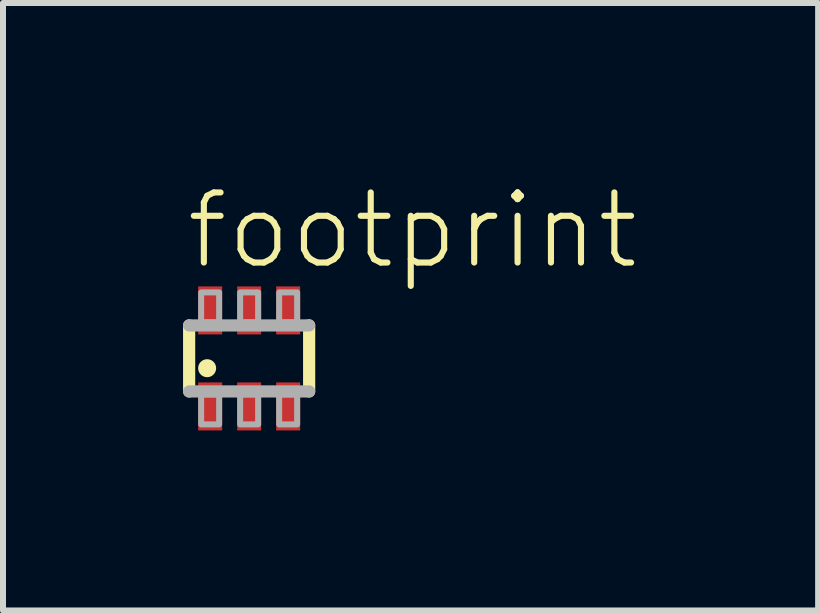
<source format=kicad_pcb>
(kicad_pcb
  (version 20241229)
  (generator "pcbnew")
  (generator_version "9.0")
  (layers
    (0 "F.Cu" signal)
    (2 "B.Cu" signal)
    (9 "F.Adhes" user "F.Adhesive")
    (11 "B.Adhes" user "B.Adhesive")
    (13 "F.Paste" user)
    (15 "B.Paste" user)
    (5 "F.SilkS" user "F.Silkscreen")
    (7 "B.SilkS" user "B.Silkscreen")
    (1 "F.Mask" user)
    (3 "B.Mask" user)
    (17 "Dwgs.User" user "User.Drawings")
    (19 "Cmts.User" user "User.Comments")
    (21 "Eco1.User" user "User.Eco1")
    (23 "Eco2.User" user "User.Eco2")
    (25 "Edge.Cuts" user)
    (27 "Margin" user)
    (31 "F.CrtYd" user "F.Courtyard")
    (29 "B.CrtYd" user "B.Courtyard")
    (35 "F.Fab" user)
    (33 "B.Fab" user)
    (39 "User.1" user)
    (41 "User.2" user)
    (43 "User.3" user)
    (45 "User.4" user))
  (footprint "footprint"
    (layer "F.Cu")
    (at 1.102 2.923)
    (property "Reference" "footprint" (at -1.1 -1.45 0) (layer "F.SilkS") (effects (font (size 1.168 1.168) (thickness 0.102)) (justify left bottom)))
    (fp_line (start -1 0.55) (end -1 -0.55) (stroke (width 0.203) (type solid)) (layer "F.SilkS"))
    (fp_line (start 1 -0.55) (end 1 0.55) (stroke (width 0.203) (type solid)) (layer "F.SilkS"))
    (fp_circle (center -0.7 0.163) (end -0.625 0.163) (stroke (width 0.15) (type solid)) (fill yes) (layer "F.SilkS"))
    (fp_line (start -1 -0.55) (end 1 -0.55) (stroke (width 0.203) (type solid)) (layer "F.Fab"))
    (fp_line (start 1 0.55) (end -1 0.55) (stroke (width 0.203) (type solid)) (layer "F.Fab"))
    (fp_poly (pts (xy -0.8 -0.6) (xy -0.5 -0.6) (xy -0.5 -1.1) (xy -0.8 -1.1)) (stroke (width 0.1) (type solid)) (fill no) (layer "F.Fab"))
    (fp_poly (pts (xy -0.8 1.1) (xy -0.5 1.1) (xy -0.5 0.6) (xy -0.8 0.6)) (stroke (width 0.1) (type solid)) (fill no) (layer "F.Fab"))
    (fp_poly (pts (xy -0.15 -0.6) (xy 0.15 -0.6) (xy 0.15 -1.1) (xy -0.15 -1.1)) (stroke (width 0.1) (type solid)) (fill no) (layer "F.Fab"))
    (fp_poly (pts (xy -0.15 1.1) (xy 0.15 1.1) (xy 0.15 0.6) (xy -0.15 0.6)) (stroke (width 0.1) (type solid)) (fill no) (layer "F.Fab"))
    (fp_poly (pts (xy 0.5 -0.6) (xy 0.8 -0.6) (xy 0.8 -1.1) (xy 0.5 -1.1)) (stroke (width 0.1) (type solid)) (fill no) (layer "F.Fab"))
    (fp_poly (pts (xy 0.5 1.1) (xy 0.8 1.1) (xy 0.8 0.6) (xy 0.5 0.6)) (stroke (width 0.1) (type solid)) (fill no) (layer "F.Fab"))
    (pad "1" smd rect (at -0.65 0.8) (size 0.4 0.8) (layers "F.Cu" "F.Mask" "F.Paste"))
    (pad "2" smd rect (at 0 0.8) (size 0.4 0.8) (layers "F.Cu" "F.Mask" "F.Paste"))
    (pad "3" smd rect (at 0.65 0.8) (size 0.4 0.8) (layers "F.Cu" "F.Mask" "F.Paste"))
    (pad "4" smd rect (at 0.65 -0.8) (size 0.4 0.8) (layers "F.Cu" "F.Mask" "F.Paste"))
    (pad "5" smd rect (at 0 -0.8) (size 0.4 0.8) (layers "F.Cu" "F.Mask" "F.Paste"))
    (pad "6" smd rect (at -0.65 -0.8) (size 0.4 0.8) (layers "F.Cu" "F.Mask" "F.Paste")))
  (gr_rect
    (start -3 -3)
    (end 10.584 7.123)
    (stroke (width 0.1) (type default))
    (fill no)
    (layer "Edge.Cuts")))
</source>
